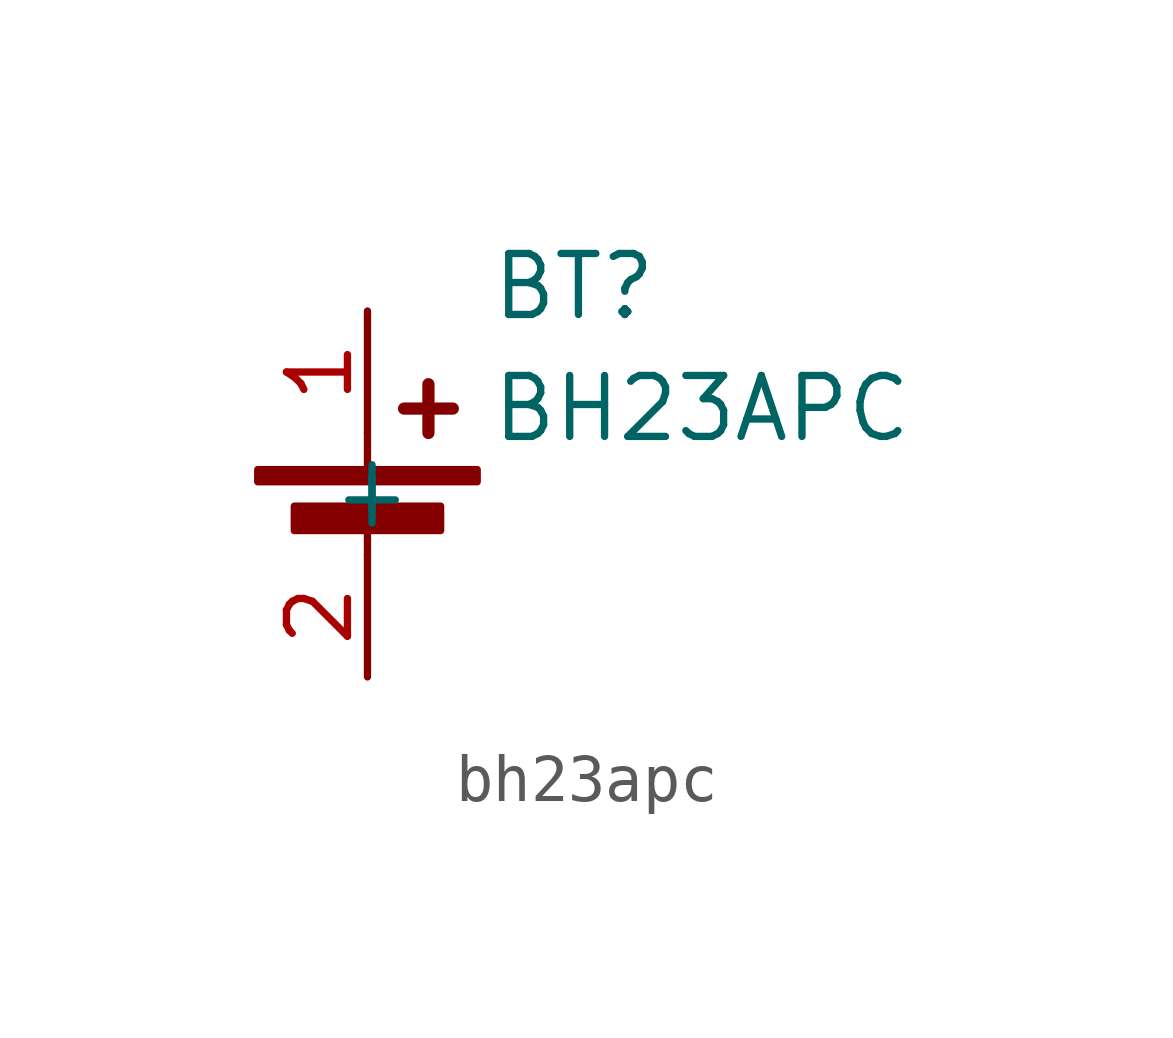
<source format=kicad_sym>
(kicad_symbol_lib
  (version 20241209)
  (generator "kicad_symbol_editor")
  (generator_version "9.0")
  (symbol "bh23apc"
    (property "Reference" "BT"
      (at 2.54 4.318 0)
      (effects (font (size 1.27 1.27)) (justify left)))
    (property "Value" "BH23APC"
      (at 2.54 1.778 0)
      (effects (font (size 1.27 1.27)) (justify left)))
    (symbol "bh23apc_0_1"
      (rectangle (start -2.286 0.508) (end 2.286 0.254) (stroke (width 0) (type default)) (fill (type outline)))
      (rectangle (start -1.524 -0.254) (end 1.524 -0.762) (stroke (width 0) (type default)) (fill (type outline)))
      (polyline (pts (xy 0 0.508) (xy 0 1.27)) (stroke (width 0) (type default)) (fill (type none)))
      (polyline (pts (xy 0 -0.508) (xy 0 -1.27)) (stroke (width 0) (type default)) (fill (type none)))
      (polyline (pts (xy 0.762 1.778) (xy 1.778 1.778)) (stroke (width 0.254) (type default)) (fill (type none)))
      (polyline (pts (xy 1.27 2.286) (xy 1.27 1.27)) (stroke (width 0.254) (type default)) (fill (type none))))
    (symbol "bh23apc_1_1"
      (pin passive line (at 0 3.81 270) (length 2.54) (name "+" (effects (font (size 1.27 1.27)))) (number "1" (effects (font (size 1.27 1.27)))))
      (pin passive line (at 0 -3.81 90) (length 2.54) (name "-" (effects (font (size 1.27 1.27)))) (number "2" (effects (font (size 1.27 1.27))))))))
</source>
